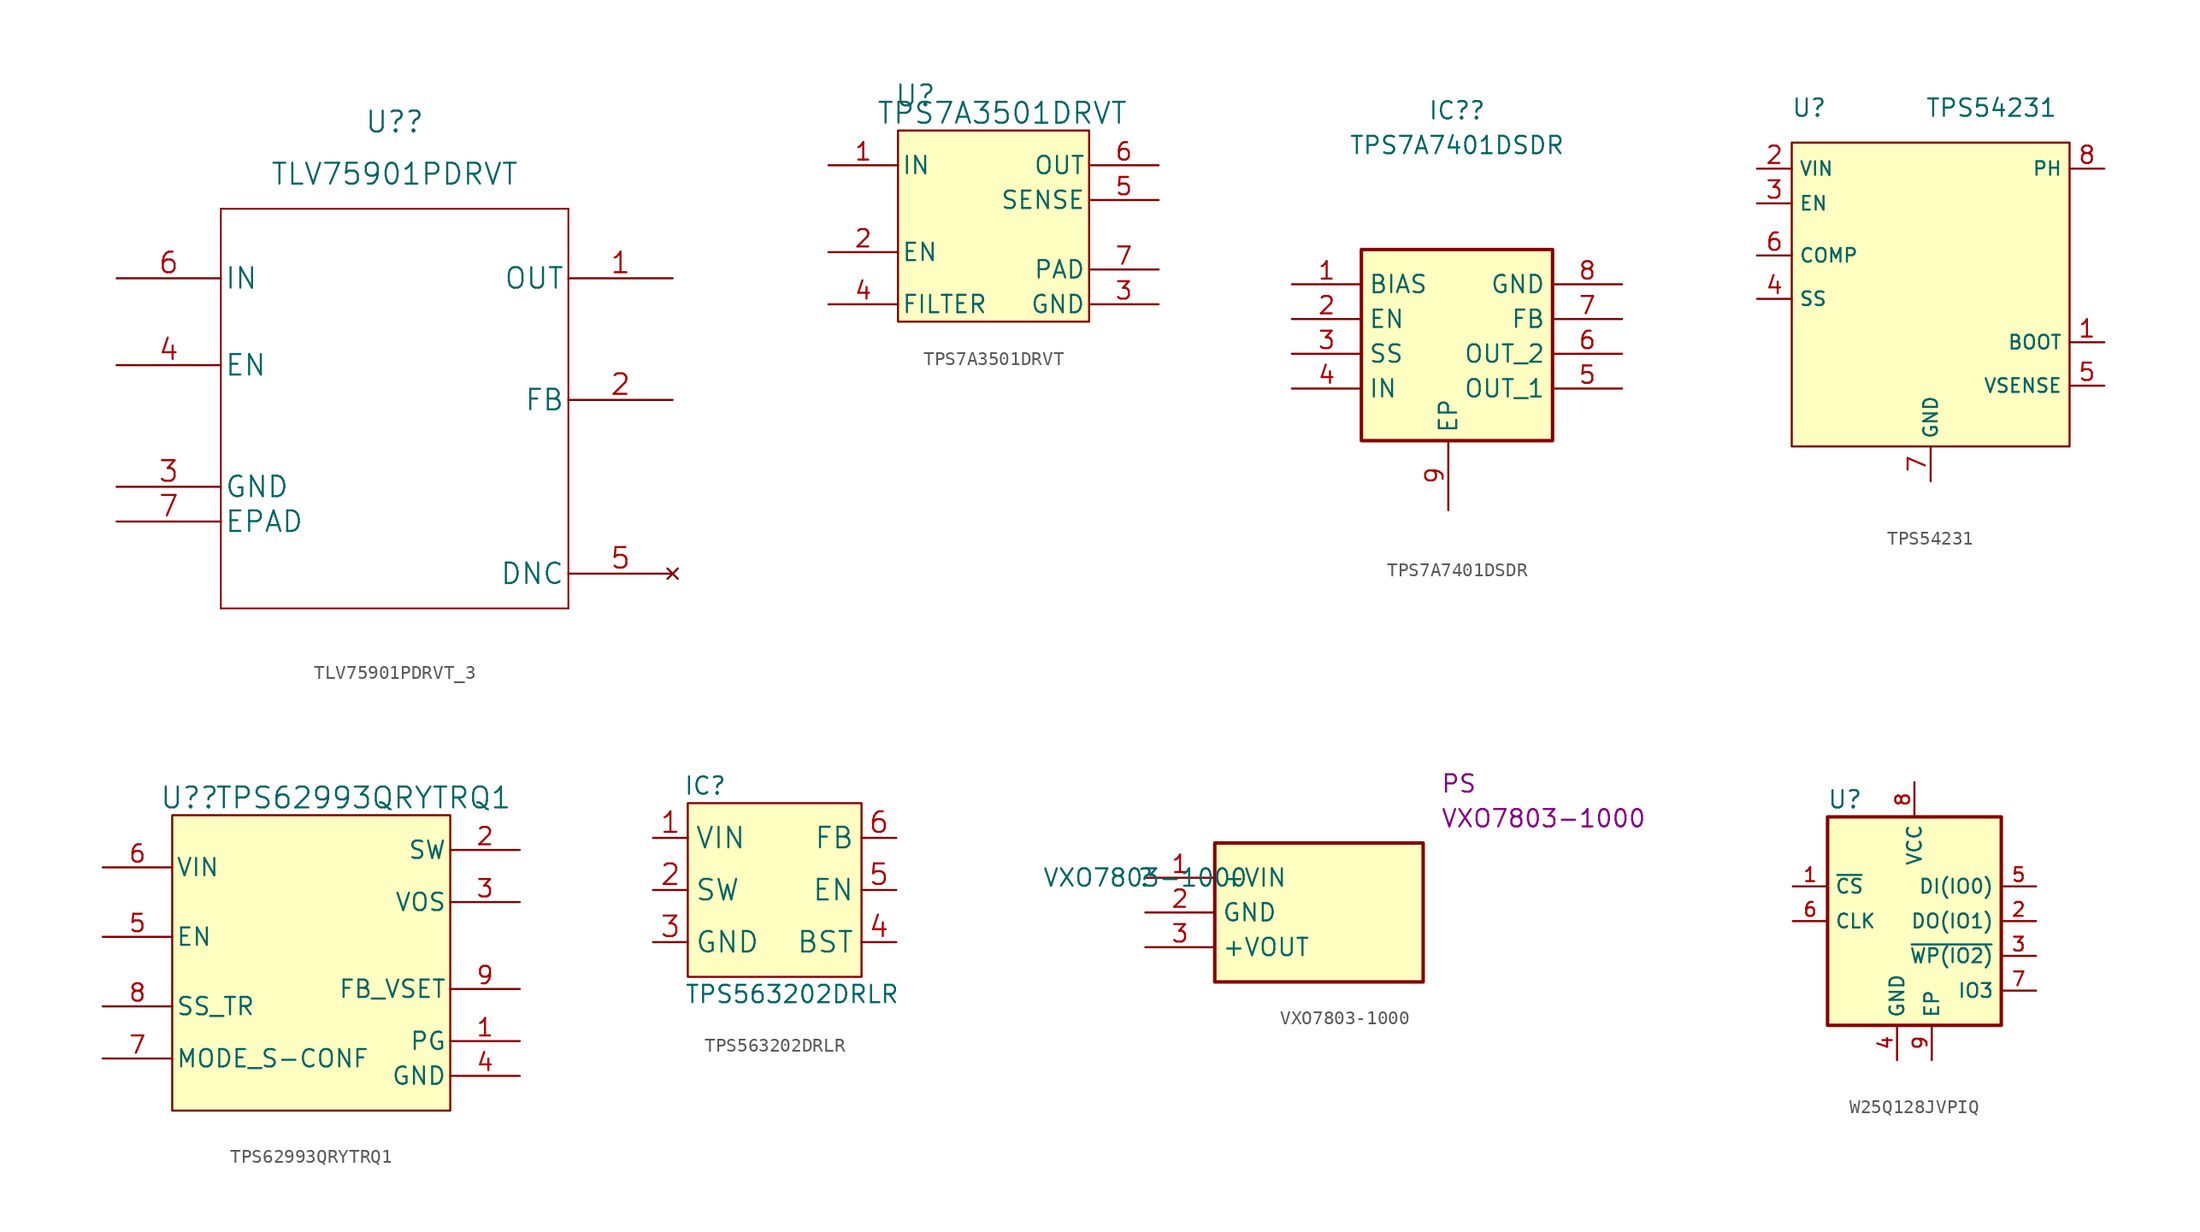
<source format=kicad_sym>
(kicad_symbol_lib
  (version 20220914)
  (generator kicad_symbol_editor)
  (symbol "TLV75901PDRVT_3"
    (pin_names
      (offset 0.254))
    (property "Reference" "U?"
      (at 20.32 11.43 0)
      (effects (font (size 1.524 1.524))))
    (property "Value" "TLV75901PDRVT"
      (at 20.32 7.62 0)
      (effects (font (size 1.524 1.524))))
    (property "Datasheet" ""
      (at 0 0 0)
      (effects (font (size 1.524 1.524))))
    (property "ki_locked" ""
      (at 0 0 0)
      (effects (font (size 1.27 1.27))))
    (symbol "TLV75901PDRVT_3_1_1"
      (polyline (pts (xy 7.62 -24.13) (xy 33.02 -24.13)) (stroke (width 0.127) (type default)) (fill (type none)))
      (polyline (pts (xy 7.62 5.08) (xy 7.62 -24.13)) (stroke (width 0.127) (type default)) (fill (type none)))
      (polyline (pts (xy 33.02 -24.13) (xy 33.02 5.08)) (stroke (width 0.127) (type default)) (fill (type none)))
      (polyline (pts (xy 33.02 5.08) (xy 7.62 5.08)) (stroke (width 0.127) (type default)) (fill (type none)))
      (pin output line (at 40.64 0 180) (length 7.62) (name "OUT" (effects (font (size 1.499 1.499)))) (number "1" (effects (font (size 1.499 1.499)))))
      (pin unspecified line (at 40.64 -8.89 180) (length 7.62) (name "FB" (effects (font (size 1.499 1.499)))) (number "2" (effects (font (size 1.499 1.499)))))
      (pin power_in line (at 0 -15.24 0) (length 7.62) (name "GND" (effects (font (size 1.499 1.499)))) (number "3" (effects (font (size 1.499 1.499)))))
      (pin unspecified line (at 0 -6.35 0) (length 7.62) (name "EN" (effects (font (size 1.499 1.499)))) (number "4" (effects (font (size 1.499 1.499)))))
      (pin no_connect line (at 40.64 -21.59 180) (length 7.62) (name "DNC" (effects (font (size 1.499 1.499)))) (number "5" (effects (font (size 1.499 1.499)))))
      (pin unspecified line (at 0 0 0) (length 7.62) (name "IN" (effects (font (size 1.499 1.499)))) (number "6" (effects (font (size 1.499 1.499)))))
      (pin unspecified line (at 0 -17.78 0) (length 7.62) (name "EPAD" (effects (font (size 1.499 1.499)))) (number "7" (effects (font (size 1.499 1.499)))))))
  (symbol "TPS7A3501DRVT"
    (pin_names
      (offset 0.254))
    (property "Reference" "U"
      (at -7.62 10.16 0)
      (effects (font (size 1.524 1.524))))
    (property "Value" "TPS7A3501DRVT"
      (at -1.27 8.89 0)
      (effects (font (size 1.524 1.524))))
    (property "ki_locked" ""
      (at 0 0 0)
      (effects (font (size 1.27 1.27))))
    (symbol "TPS7A3501DRVT_0_1"
      (pin power_in line (at -13.97 5.08 0) (length 5.08) (name "IN" (effects (font (size 1.27 1.27)))) (number "1" (effects (font (size 1.27 1.27)))))
      (pin input line (at -13.97 -1.27 0) (length 5.08) (name "EN" (effects (font (size 1.27 1.27)))) (number "2" (effects (font (size 1.27 1.27)))))
      (pin power_in line (at 10.16 -5.08 180) (length 5.08) (name "GND" (effects (font (size 1.27 1.27)))) (number "3" (effects (font (size 1.27 1.27)))))
      (pin input line (at -13.97 -5.08 0) (length 5.08) (name "FILTER" (effects (font (size 1.27 1.27)))) (number "4" (effects (font (size 1.27 1.27)))))
      (pin input line (at 10.16 2.54 180) (length 5.08) (name "SENSE" (effects (font (size 1.27 1.27)))) (number "5" (effects (font (size 1.27 1.27)))))
      (pin power_in line (at 10.16 5.08 180) (length 5.08) (name "OUT" (effects (font (size 1.27 1.27)))) (number "6" (effects (font (size 1.27 1.27)))))
      (pin unspecified line (at 10.16 -2.54 180) (length 5.08) (name "PAD" (effects (font (size 1.27 1.27)))) (number "7" (effects (font (size 1.27 1.27))))))
    (symbol "TPS7A3501DRVT_1_1"
      (rectangle (start -8.89 7.62) (end 5.08 -6.35) (stroke (width 0) (type default)) (fill (type background)))))
  (symbol "TPS7A7401DSDR"
    (property "Reference" "IC?"
      (at 0.635 17.78 0)
      (effects (font (size 1.27 1.27))))
    (property "Value" "TPS7A7401DSDR"
      (at 0.635 15.24 0)
      (effects (font (size 1.27 1.27))))
    (symbol "TPS7A7401DSDR_1_1"
      (rectangle (start -6.35 7.62) (end 7.62 -6.35) (stroke (width 0.254) (type default)) (fill (type background)))
      (pin passive line (at -11.43 5.08 0) (length 5.08) (name "BIAS" (effects (font (size 1.27 1.27)))) (number "1" (effects (font (size 1.27 1.27)))))
      (pin passive line (at -11.43 2.54 0) (length 5.08) (name "EN" (effects (font (size 1.27 1.27)))) (number "2" (effects (font (size 1.27 1.27)))))
      (pin passive line (at -11.43 0 0) (length 5.08) (name "SS" (effects (font (size 1.27 1.27)))) (number "3" (effects (font (size 1.27 1.27)))))
      (pin passive line (at -11.43 -2.54 0) (length 5.08) (name "IN" (effects (font (size 1.27 1.27)))) (number "4" (effects (font (size 1.27 1.27)))))
      (pin passive line (at 12.7 -2.54 180) (length 5.08) (name "OUT_1" (effects (font (size 1.27 1.27)))) (number "5" (effects (font (size 1.27 1.27)))))
      (pin passive line (at 12.7 0 180) (length 5.08) (name "OUT_2" (effects (font (size 1.27 1.27)))) (number "6" (effects (font (size 1.27 1.27)))))
      (pin passive line (at 12.7 2.54 180) (length 5.08) (name "FB" (effects (font (size 1.27 1.27)))) (number "7" (effects (font (size 1.27 1.27)))))
      (pin passive line (at 12.7 5.08 180) (length 5.08) (name "GND" (effects (font (size 1.27 1.27)))) (number "8" (effects (font (size 1.27 1.27)))))
      (pin passive line (at 0 -11.43 90) (length 5.08) (name "EP" (effects (font (size 1.27 1.27)))) (number "9" (effects (font (size 1.27 1.27)))))))
  (symbol "TPS54231"
    (property "Reference" "U"
      (at -8.89 10.795 0)
      (effects (font (size 1.27 1.27))))
    (property "Value" "TPS54231"
      (at 4.445 10.795 0)
      (effects (font (size 1.27 1.27))))
    (symbol "TPS54231_0_1"
      (rectangle (start -10.16 8.255) (end 10.16 -13.97) (stroke (width 0) (type default)) (fill (type background))))
    (symbol "TPS54231_1_1"
      (pin output line (at 12.7 -6.35 180) (length 2.54) (name "BOOT" (effects (font (size 1 1)))) (number "1" (effects (font (size 1.27 1.27)))))
      (pin input line (at -12.7 6.35 0) (length 2.54) (name "VIN" (effects (font (size 1 1)))) (number "2" (effects (font (size 1.27 1.27)))))
      (pin input line (at -12.7 3.81 0) (length 2.54) (name "EN" (effects (font (size 1 1)))) (number "3" (effects (font (size 1.27 1.27)))))
      (pin input line (at -12.7 -3.175 0) (length 2.54) (name "SS" (effects (font (size 1 1)))) (number "4" (effects (font (size 1.27 1.27)))))
      (pin input line (at 12.7 -9.525 180) (length 2.54) (name "VSENSE" (effects (font (size 1 1)))) (number "5" (effects (font (size 1.27 1.27)))))
      (pin input line (at -12.7 0 0) (length 2.54) (name "COMP" (effects (font (size 1 1)))) (number "6" (effects (font (size 1.27 1.27)))))
      (pin input line (at 0 -16.51 90) (length 2.54) (name "GND" (effects (font (size 1 1)))) (number "7" (effects (font (size 1.27 1.27)))))
      (pin output line (at 12.7 6.35 180) (length 2.54) (name "PH" (effects (font (size 1 1)))) (number "8" (effects (font (size 1.27 1.27)))))))
  (symbol "TPS62993QRYTRQ1"
    (pin_names
      (offset 0.254))
    (property "Reference" "U?"
      (at -8.89 12.7 0)
      (effects (font (size 1.524 1.524))))
    (property "Value" "TPS62993QRYTRQ1"
      (at 3.81 12.7 0)
      (effects (font (size 1.524 1.524))))
    (property "ki_locked" ""
      (at 0 0 0)
      (effects (font (size 1.27 1.27))))
    (symbol "TPS62993QRYTRQ1_0_1"
      (rectangle (start -10.16 11.43) (end 10.16 -10.16) (stroke (width 0) (type default)) (fill (type background)))
      (pin open_collector line (at 15.24 -5.08 180) (length 5.08) (name "PG" (effects (font (size 1.27 1.27)))) (number "1" (effects (font (size 1.27 1.27)))))
      (pin unspecified line (at 15.24 8.89 180) (length 5.08) (name "SW" (effects (font (size 1.27 1.27)))) (number "2" (effects (font (size 1.27 1.27)))))
      (pin unspecified line (at 15.24 5.08 180) (length 5.08) (name "VOS" (effects (font (size 1.27 1.27)))) (number "3" (effects (font (size 1.27 1.27)))))
      (pin power_in line (at 15.24 -7.62 180) (length 5.08) (name "GND" (effects (font (size 1.27 1.27)))) (number "4" (effects (font (size 1.27 1.27)))))
      (pin input line (at -15.24 2.54 0) (length 5.08) (name "EN" (effects (font (size 1.27 1.27)))) (number "5" (effects (font (size 1.27 1.27)))))
      (pin power_in line (at -15.24 7.62 0) (length 5.08) (name "VIN" (effects (font (size 1.27 1.27)))) (number "6" (effects (font (size 1.27 1.27)))))
      (pin input line (at -15.24 -6.35 0) (length 5.08) (name "MODE_S-CONF" (effects (font (size 1.27 1.27)))) (number "7" (effects (font (size 1.27 1.27)))))
      (pin unspecified line (at -15.24 -2.54 0) (length 5.08) (name "SS_TR" (effects (font (size 1.27 1.27)))) (number "8" (effects (font (size 1.27 1.27)))))
      (pin unspecified line (at 15.24 -1.27 180) (length 5.08) (name "FB_VSET" (effects (font (size 1.27 1.27)))) (number "9" (effects (font (size 1.27 1.27)))))))
  (symbol "TPS563202DRLR"
    (property "Reference" "IC"
      (at -5.08 7.62 0)
      (effects (font (size 1.27 1.27))))
    (property "Value" "TPS563202DRLR"
      (at 1.27 -7.62 0)
      (effects (font (size 1.27 1.27))))
    (symbol "TPS563202DRLR_0_1"
      (rectangle (start -6.35 6.35) (end 6.35 -6.35) (stroke (width 0) (type default)) (fill (type background))))
    (symbol "TPS563202DRLR_1_1"
      (pin power_in line (at -8.89 3.81 0) (length 2.54) (name "VIN" (effects (font (size 1.499 1.499)))) (number "1" (effects (font (size 1.499 1.499)))))
      (pin power_in line (at -8.89 0 0) (length 2.54) (name "SW" (effects (font (size 1.499 1.499)))) (number "2" (effects (font (size 1.499 1.499)))))
      (pin power_in line (at -8.89 -3.81 0) (length 2.54) (name "GND" (effects (font (size 1.499 1.499)))) (number "3" (effects (font (size 1.499 1.499)))))
      (pin output line (at 8.89 -3.81 180) (length 2.54) (name "BST" (effects (font (size 1.499 1.499)))) (number "4" (effects (font (size 1.499 1.499)))))
      (pin input line (at 8.89 0 180) (length 2.54) (name "EN" (effects (font (size 1.499 1.499)))) (number "5" (effects (font (size 1.499 1.499)))))
      (pin input line (at 8.89 3.81 180) (length 2.54) (name "FB" (effects (font (size 1.499 1.499)))) (number "6" (effects (font (size 1.499 1.499)))))))
  (symbol "VXO7803-1000"
    (property "Reference" ""
      (at 0 0 0)
      (effects (font (size 1.27 1.27))))
    (property "Value" "VXO7803-1000"
      (at 0 0 0)
      (effects (font (size 1.27 1.27))))
    (property "Reference_1" "PS"
      (at 21.59 7.62 0)
      (effects (font (size 1.27 1.27)) (justify left top)))
    (property "Value_1" "VXO7803-1000"
      (at 21.59 5.08 0)
      (effects (font (size 1.27 1.27)) (justify left top)))
    (symbol "VXO7803-1000_1_1"
      (rectangle (start 5.08 2.54) (end 20.32 -7.62) (stroke (width 0.254) (type default)) (fill (type background)))
      (pin passive line (at 0 0 0) (length 5.08) (name "+VIN" (effects (font (size 1.27 1.27)))) (number "1" (effects (font (size 1.27 1.27)))))
      (pin passive line (at 0 -2.54 0) (length 5.08) (name "GND" (effects (font (size 1.27 1.27)))) (number "2" (effects (font (size 1.27 1.27)))))
      (pin passive line (at 0 -5.08 0) (length 5.08) (name "+VOUT" (effects (font (size 1.27 1.27)))) (number "3" (effects (font (size 1.27 1.27)))))))
  (symbol "W25Q128JVPIQ"
    (property "Reference" "U"
      (at -5.08 6.35 0)
      (effects (font (size 1.27 1.27))))
    (property "Value" ""
      (at 0 0 0)
      (effects (font (size 1.27 1.27))))
    (symbol "W25Q128JVPIQ_1_1"
      (rectangle (start -6.35 5.08) (end 6.35 -10.16) (stroke (width 0.254) (type default)) (fill (type background)))
      (pin passive line (at -8.89 0 0) (length 2.54) (name "~{CS}" (effects (font (size 1.016 1.016)))) (number "1" (effects (font (size 1.016 1.016)))))
      (pin passive line (at 8.89 -2.54 180) (length 2.54) (name "DO(IO1)" (effects (font (size 1.016 1.016)))) (number "2" (effects (font (size 1.016 1.016)))))
      (pin passive line (at 8.89 -5.08 180) (length 2.54) (name "~{WP(IO2)}" (effects (font (size 1.016 1.016)))) (number "3" (effects (font (size 1.016 1.016)))))
      (pin passive line (at -1.27 -12.7 90) (length 2.54) (name "GND" (effects (font (size 1.016 1.016)))) (number "4" (effects (font (size 1.016 1.016)))))
      (pin passive line (at 8.89 0 180) (length 2.54) (name "DI(IO0)" (effects (font (size 1.016 1.016)))) (number "5" (effects (font (size 1.016 1.016)))))
      (pin passive line (at -8.89 -2.54 0) (length 2.54) (name "CLK" (effects (font (size 1.016 1.016)))) (number "6" (effects (font (size 1.016 1.016)))))
      (pin passive line (at 8.89 -7.62 180) (length 2.54) (name "IO3" (effects (font (size 1.016 1.016)))) (number "7" (effects (font (size 1.016 1.016)))))
      (pin passive line (at 0 7.62 270) (length 2.54) (name "VCC" (effects (font (size 1.016 1.016)))) (number "8" (effects (font (size 1.016 1.016)))))
      (pin passive line (at 1.27 -12.7 90) (length 2.54) (name "EP" (effects (font (size 1.016 1.016)))) (number "9" (effects (font (size 1.016 1.016))))))))
</source>
